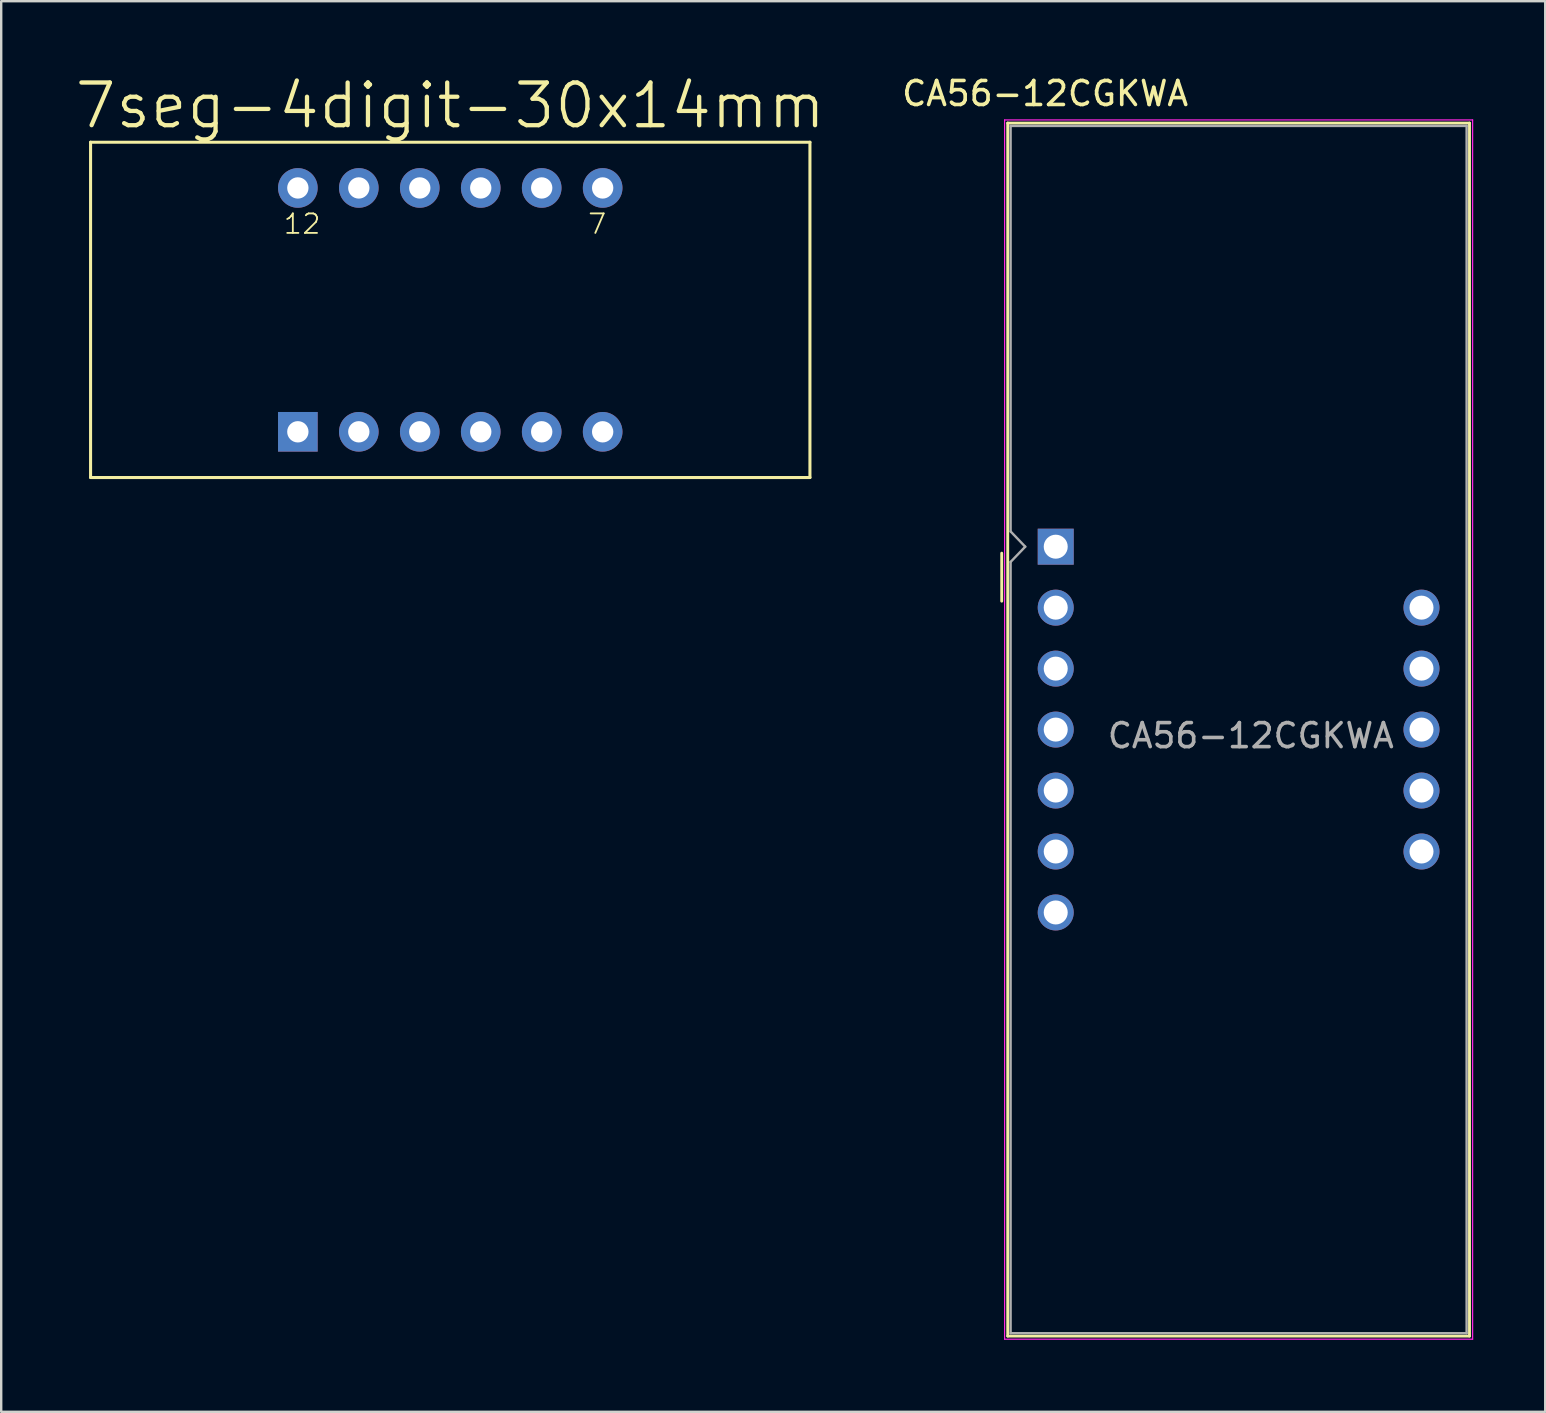
<source format=kicad_pcb>
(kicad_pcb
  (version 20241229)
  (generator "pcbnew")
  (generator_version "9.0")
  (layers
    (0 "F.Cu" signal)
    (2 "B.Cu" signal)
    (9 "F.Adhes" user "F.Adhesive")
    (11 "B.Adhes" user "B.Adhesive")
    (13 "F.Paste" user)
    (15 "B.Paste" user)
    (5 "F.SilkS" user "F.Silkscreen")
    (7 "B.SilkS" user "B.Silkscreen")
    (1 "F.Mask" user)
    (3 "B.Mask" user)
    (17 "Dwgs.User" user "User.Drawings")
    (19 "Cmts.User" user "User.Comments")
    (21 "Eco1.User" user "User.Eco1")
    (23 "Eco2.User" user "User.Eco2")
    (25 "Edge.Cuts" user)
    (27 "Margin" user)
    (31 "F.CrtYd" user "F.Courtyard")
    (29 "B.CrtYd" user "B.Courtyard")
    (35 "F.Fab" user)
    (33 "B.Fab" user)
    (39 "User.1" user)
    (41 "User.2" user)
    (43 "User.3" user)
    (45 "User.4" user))
  (footprint "CA56-12CGKWA"
    (layer "F.Cu")
    (at 40.937 20.998)
    (property "Reference" "CA56-12CGKWA" (at -0.44 -20.15 0) (layer "F.SilkS") (effects (font (size 1 1) (thickness 0.15))))
    (attr through_hole)
    (fp_line (start -2.25 -1) (end -2.25 1) (stroke (width 0.12) (type solid)) (layer "F.SilkS"))
    (fp_line (start -2 -18.92) (end -2 31.62) (stroke (width 0.12) (type solid)) (layer "F.SilkS"))
    (fp_line (start -2 -18.92) (end 17.24 -18.92) (stroke (width 0.12) (type solid)) (layer "F.SilkS"))
    (fp_line (start -2 31.62) (end 17.24 31.62) (stroke (width 0.12) (type solid)) (layer "F.SilkS"))
    (fp_line (start 17.24 31.62) (end 17.24 -18.92) (stroke (width 0.12) (type solid)) (layer "F.SilkS"))
    (fp_line (start -2.13 -19.05) (end 17.37 -19.05) (stroke (width 0.05) (type solid)) (layer "F.CrtYd"))
    (fp_line (start -2.13 31.75) (end -2.13 -19.05) (stroke (width 0.05) (type solid)) (layer "F.CrtYd"))
    (fp_line (start 17.37 -19.05) (end 17.37 31.75) (stroke (width 0.05) (type solid)) (layer "F.CrtYd"))
    (fp_line (start 17.37 31.75) (end -2.13 31.75) (stroke (width 0.05) (type solid)) (layer "F.CrtYd"))
    (fp_line (start -1.88 -18.8) (end 17.12 -18.8) (stroke (width 0.1) (type solid)) (layer "F.Fab"))
    (fp_line (start -1.88 -1.905) (end -1.88 -18.8) (stroke (width 0.1) (type solid)) (layer "F.Fab"))
    (fp_line (start -1.88 -0.635) (end -1.88 31.5) (stroke (width 0.1) (type solid)) (layer "F.Fab"))
    (fp_line (start -1.88 -0.635) (end -1.27 -1.27) (stroke (width 0.1) (type solid)) (layer "F.Fab"))
    (fp_line (start -1.88 31.5) (end 17.12 31.5) (stroke (width 0.1) (type solid)) (layer "F.Fab"))
    (fp_line (start -1.27 -1.27) (end -1.88 -1.905) (stroke (width 0.1) (type solid)) (layer "F.Fab"))
    (fp_line (start 17.12 -18.8) (end 17.12 31.5) (stroke (width 0.1) (type solid)) (layer "F.Fab"))
    (fp_text user "${REFERENCE}" (at 8.128 6.604 0) (layer "F.Fab") (effects (font (size 1 1) (thickness 0.15))))
    (pad "1" thru_hole rect (at 0 -1.27) (size 1.5 1.5) (drill 1) (layers "*.Cu" "*.Mask"))
    (pad "2" thru_hole circle (at 0 1.27) (size 1.5 1.5) (drill 1) (layers "*.Cu" "*.Mask"))
    (pad "3" thru_hole circle (at 0 3.81) (size 1.5 1.5) (drill 1) (layers "*.Cu" "*.Mask"))
    (pad "4" thru_hole circle (at 0 6.35) (size 1.5 1.5) (drill 1) (layers "*.Cu" "*.Mask"))
    (pad "5" thru_hole circle (at 0 8.89) (size 1.5 1.5) (drill 1) (layers "*.Cu" "*.Mask"))
    (pad "6" thru_hole circle (at 0 11.43) (size 1.5 1.5) (drill 1) (layers "*.Cu" "*.Mask"))
    (pad "7" thru_hole circle (at 0 13.97) (size 1.5 1.5) (drill 1) (layers "*.Cu" "*.Mask"))
    (pad "8" thru_hole circle (at 15.24 11.43) (size 1.5 1.5) (drill 1) (layers "*.Cu" "*.Mask"))
    (pad "9" thru_hole circle (at 15.24 8.89) (size 1.5 1.5) (drill 1) (layers "*.Cu" "*.Mask"))
    (pad "10" thru_hole circle (at 15.24 6.35) (size 1.5 1.5) (drill 1) (layers "*.Cu" "*.Mask"))
    (pad "11" thru_hole circle (at 15.24 3.81) (size 1.5 1.5) (drill 1) (layers "*.Cu" "*.Mask"))
    (pad "12" thru_hole circle (at 15.24 1.27) (size 1.5 1.5) (drill 1) (layers "*.Cu" "*.Mask")))
  (footprint "7seg-4digit-30x14mm"
    (layer "F.Cu")
    (at 15.71 9.861)
    (property "Reference" "7seg-4digit-30x14mm" (at 0 -8.509 0) (layer "F.SilkS") (effects (font (size 1.778 1.778) (thickness 0.178))))
    (attr exclude_from_pos_files exclude_from_bom)
    (fp_line (start -14.986 -6.985) (end 14.986 -6.985) (stroke (width 0.066) (type solid)) (layer "F.SilkS"))
    (fp_line (start -14.986 -6.985) (end 14.986 -6.985) (stroke (width 0.127) (type solid)) (layer "F.SilkS"))
    (fp_line (start -14.986 6.985) (end -14.986 -6.985) (stroke (width 0.066) (type solid)) (layer "F.SilkS"))
    (fp_line (start -14.986 6.985) (end -14.986 -6.985) (stroke (width 0.127) (type solid)) (layer "F.SilkS"))
    (fp_line (start -14.986 6.985) (end 14.986 6.985) (stroke (width 0.066) (type solid)) (layer "F.SilkS"))
    (fp_line (start 14.986 -6.985) (end 14.986 6.985) (stroke (width 0.127) (type solid)) (layer "F.SilkS"))
    (fp_line (start 14.986 6.985) (end -14.986 6.985) (stroke (width 0.127) (type solid)) (layer "F.SilkS"))
    (fp_line (start 14.986 6.985) (end 14.986 -6.985) (stroke (width 0.066) (type solid)) (layer "F.SilkS"))
    (fp_text user "7" (at 6.121 -3.579 0) (layer "F.SilkS") (effects (font (size 0.813 0.813) (thickness 0.076))))
    (fp_text user "12" (at -6.172 -3.579 0) (layer "F.SilkS") (effects (font (size 0.813 0.813) (thickness 0.076))))
    (pad "1" thru_hole rect (at -6.35 5.08) (size 1.651 1.651) (drill 0.889) (layers "*.Cu" "*.Paste" "*.Mask"))
    (pad "2" thru_hole circle (at -3.81 5.08) (size 1.651 1.651) (drill 0.889) (layers "*.Cu" "*.Paste" "*.Mask"))
    (pad "3" thru_hole circle (at -1.27 5.08) (size 1.651 1.651) (drill 0.889) (layers "*.Cu" "*.Paste" "*.Mask"))
    (pad "4" thru_hole circle (at 1.27 5.08) (size 1.651 1.651) (drill 0.889) (layers "*.Cu" "*.Paste" "*.Mask"))
    (pad "5" thru_hole circle (at 3.81 5.08) (size 1.651 1.651) (drill 0.889) (layers "*.Cu" "*.Paste" "*.Mask"))
    (pad "6" thru_hole circle (at 6.35 5.08) (size 1.651 1.651) (drill 0.889) (layers "*.Cu" "*.Paste" "*.Mask"))
    (pad "7" thru_hole circle (at 6.35 -5.08) (size 1.651 1.651) (drill 0.889) (layers "*.Cu" "*.Paste" "*.Mask"))
    (pad "8" thru_hole circle (at 3.81 -5.08) (size 1.651 1.651) (drill 0.889) (layers "*.Cu" "*.Paste" "*.Mask"))
    (pad "9" thru_hole circle (at 1.27 -5.08) (size 1.651 1.651) (drill 0.889) (layers "*.Cu" "*.Paste" "*.Mask"))
    (pad "10" thru_hole circle (at -1.27 -5.08) (size 1.651 1.651) (drill 0.889) (layers "*.Cu" "*.Paste" "*.Mask"))
    (pad "11" thru_hole circle (at -3.81 -5.08) (size 1.651 1.651) (drill 0.889) (layers "*.Cu" "*.Paste" "*.Mask"))
    (pad "12" thru_hole circle (at -6.35 -5.08) (size 1.651 1.651) (drill 0.889) (layers "*.Cu" "*.Paste" "*.Mask")))
  (gr_rect
    (start -3 -3)
    (end 61.332 55.773)
    (stroke (width 0.1) (type default))
    (fill no)
    (layer "Edge.Cuts")))
</source>
